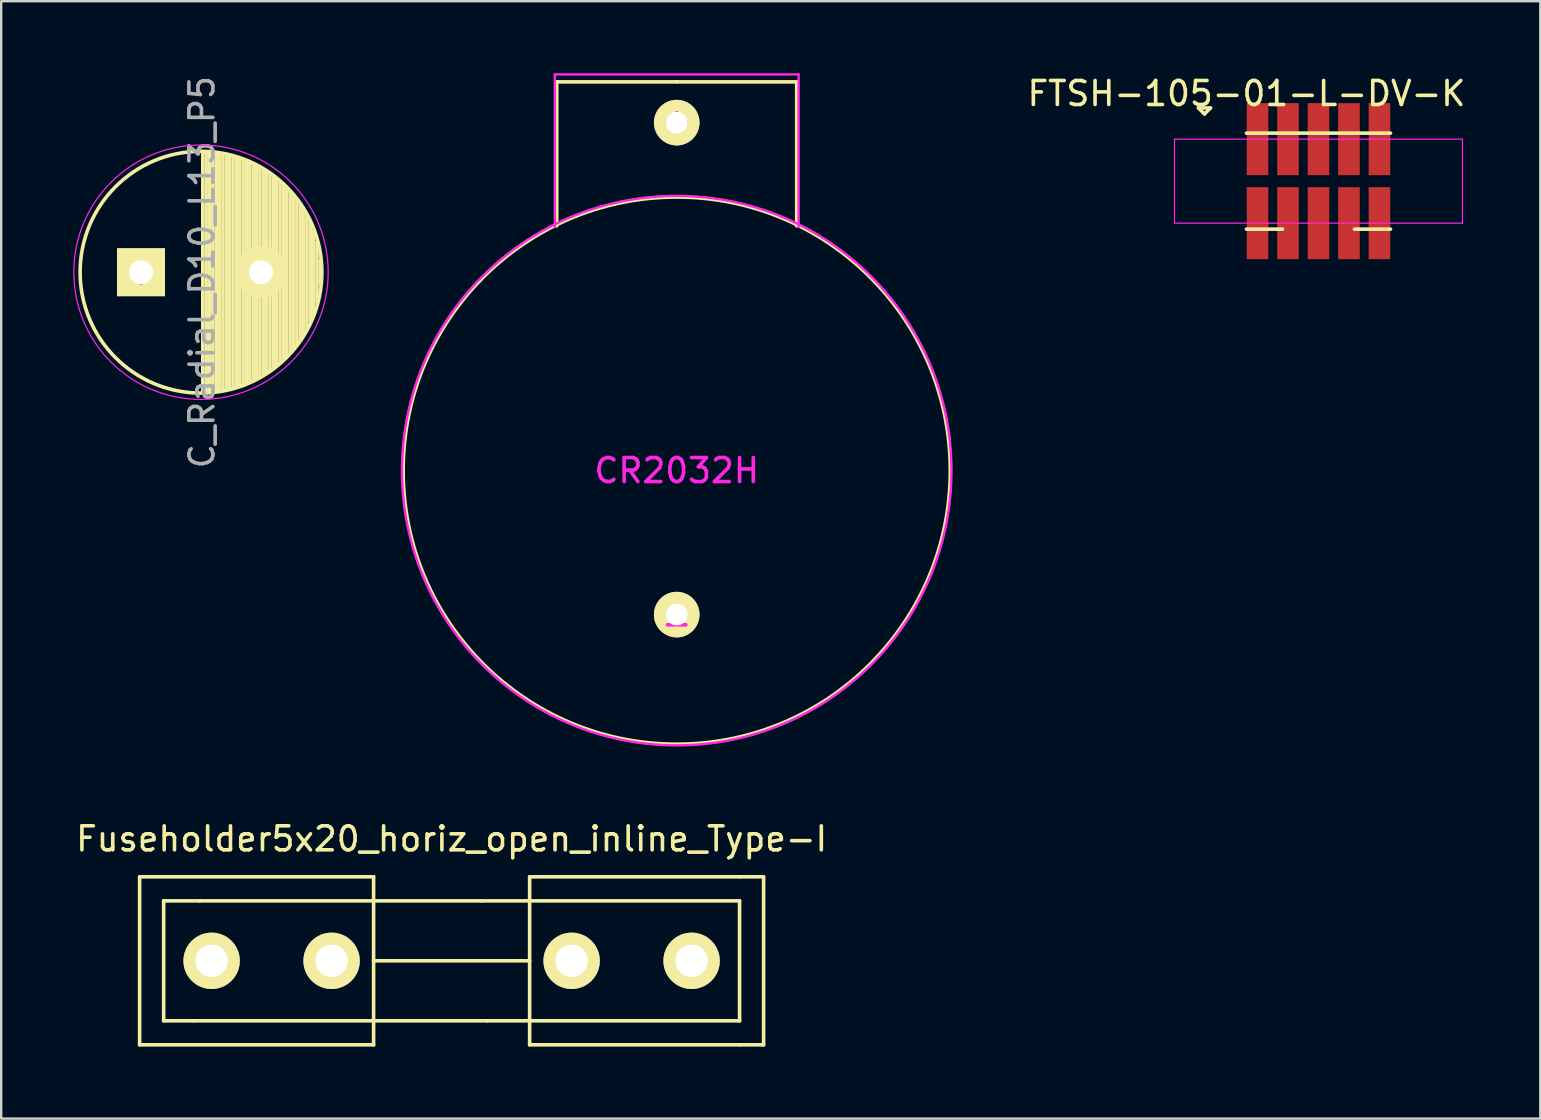
<source format=kicad_pcb>
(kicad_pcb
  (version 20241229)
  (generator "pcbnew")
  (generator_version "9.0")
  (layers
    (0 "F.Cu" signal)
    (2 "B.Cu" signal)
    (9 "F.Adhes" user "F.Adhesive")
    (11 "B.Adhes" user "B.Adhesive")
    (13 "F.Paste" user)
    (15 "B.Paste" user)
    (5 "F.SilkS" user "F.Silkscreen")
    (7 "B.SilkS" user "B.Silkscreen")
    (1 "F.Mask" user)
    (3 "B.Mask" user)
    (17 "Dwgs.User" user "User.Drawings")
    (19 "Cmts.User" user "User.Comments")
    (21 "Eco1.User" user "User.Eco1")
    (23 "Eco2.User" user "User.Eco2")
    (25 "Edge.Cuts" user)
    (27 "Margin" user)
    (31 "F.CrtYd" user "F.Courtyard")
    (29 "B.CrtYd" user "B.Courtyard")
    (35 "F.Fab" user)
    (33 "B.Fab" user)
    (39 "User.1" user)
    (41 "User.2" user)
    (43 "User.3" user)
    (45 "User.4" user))
  (footprint "C_Radial_D10_L13_P5"
    (layer "F.Cu")
    (at 2.825 8.292)
    (property "Reference" "C_Radial_D10_L13_P5" (at 2.54 0 90) (layer "F.Fab") (effects (font (size 1 1) (thickness 0.15))))
    (attr through_hole)
    (fp_line (start 2.575 -4.999) (end 2.575 4.999) (stroke (width 0.15) (type solid)) (layer "F.SilkS"))
    (fp_line (start 2.715 -4.995) (end 2.715 4.995) (stroke (width 0.15) (type solid)) (layer "F.SilkS"))
    (fp_line (start 2.855 -4.987) (end 2.855 4.987) (stroke (width 0.15) (type solid)) (layer "F.SilkS"))
    (fp_line (start 2.995 -4.975) (end 2.995 4.975) (stroke (width 0.15) (type solid)) (layer "F.SilkS"))
    (fp_line (start 3.135 -4.96) (end 3.135 4.96) (stroke (width 0.15) (type solid)) (layer "F.SilkS"))
    (fp_line (start 3.275 -4.94) (end 3.275 4.94) (stroke (width 0.15) (type solid)) (layer "F.SilkS"))
    (fp_line (start 3.415 -4.916) (end 3.415 4.916) (stroke (width 0.15) (type solid)) (layer "F.SilkS"))
    (fp_line (start 3.555 -4.887) (end 3.555 4.887) (stroke (width 0.15) (type solid)) (layer "F.SilkS"))
    (fp_line (start 3.695 -4.855) (end 3.695 4.855) (stroke (width 0.15) (type solid)) (layer "F.SilkS"))
    (fp_line (start 3.835 -4.818) (end 3.835 4.818) (stroke (width 0.15) (type solid)) (layer "F.SilkS"))
    (fp_line (start 3.975 -4.777) (end 3.975 4.777) (stroke (width 0.15) (type solid)) (layer "F.SilkS"))
    (fp_line (start 4.115 -4.732) (end 4.115 -0.466) (stroke (width 0.15) (type solid)) (layer "F.SilkS"))
    (fp_line (start 4.115 0.466) (end 4.115 4.732) (stroke (width 0.15) (type solid)) (layer "F.SilkS"))
    (fp_line (start 4.255 -4.682) (end 4.255 -0.667) (stroke (width 0.15) (type solid)) (layer "F.SilkS"))
    (fp_line (start 4.255 0.667) (end 4.255 4.682) (stroke (width 0.15) (type solid)) (layer "F.SilkS"))
    (fp_line (start 4.395 -4.627) (end 4.395 -0.796) (stroke (width 0.15) (type solid)) (layer "F.SilkS"))
    (fp_line (start 4.395 0.796) (end 4.395 4.627) (stroke (width 0.15) (type solid)) (layer "F.SilkS"))
    (fp_line (start 4.535 -4.567) (end 4.535 -0.885) (stroke (width 0.15) (type solid)) (layer "F.SilkS"))
    (fp_line (start 4.535 0.885) (end 4.535 4.567) (stroke (width 0.15) (type solid)) (layer "F.SilkS"))
    (fp_line (start 4.675 -4.502) (end 4.675 -0.946) (stroke (width 0.15) (type solid)) (layer "F.SilkS"))
    (fp_line (start 4.675 0.946) (end 4.675 4.502) (stroke (width 0.15) (type solid)) (layer "F.SilkS"))
    (fp_line (start 4.815 -4.432) (end 4.815 -0.983) (stroke (width 0.15) (type solid)) (layer "F.SilkS"))
    (fp_line (start 4.815 0.983) (end 4.815 4.432) (stroke (width 0.15) (type solid)) (layer "F.SilkS"))
    (fp_line (start 4.955 -4.356) (end 4.955 -0.999) (stroke (width 0.15) (type solid)) (layer "F.SilkS"))
    (fp_line (start 4.955 0.999) (end 4.955 4.356) (stroke (width 0.15) (type solid)) (layer "F.SilkS"))
    (fp_line (start 5.095 -4.274) (end 5.095 -0.995) (stroke (width 0.15) (type solid)) (layer "F.SilkS"))
    (fp_line (start 5.095 0.995) (end 5.095 4.274) (stroke (width 0.15) (type solid)) (layer "F.SilkS"))
    (fp_line (start 5.235 -4.186) (end 5.235 -0.972) (stroke (width 0.15) (type solid)) (layer "F.SilkS"))
    (fp_line (start 5.235 0.972) (end 5.235 4.186) (stroke (width 0.15) (type solid)) (layer "F.SilkS"))
    (fp_line (start 5.375 -4.091) (end 5.375 -0.927) (stroke (width 0.15) (type solid)) (layer "F.SilkS"))
    (fp_line (start 5.375 0.927) (end 5.375 4.091) (stroke (width 0.15) (type solid)) (layer "F.SilkS"))
    (fp_line (start 5.515 -3.989) (end 5.515 -0.857) (stroke (width 0.15) (type solid)) (layer "F.SilkS"))
    (fp_line (start 5.515 0.857) (end 5.515 3.989) (stroke (width 0.15) (type solid)) (layer "F.SilkS"))
    (fp_line (start 5.655 -3.879) (end 5.655 -0.756) (stroke (width 0.15) (type solid)) (layer "F.SilkS"))
    (fp_line (start 5.655 0.756) (end 5.655 3.879) (stroke (width 0.15) (type solid)) (layer "F.SilkS"))
    (fp_line (start 5.795 -3.761) (end 5.795 -0.607) (stroke (width 0.15) (type solid)) (layer "F.SilkS"))
    (fp_line (start 5.795 0.607) (end 5.795 3.761) (stroke (width 0.15) (type solid)) (layer "F.SilkS"))
    (fp_line (start 5.935 -3.633) (end 5.935 -0.355) (stroke (width 0.15) (type solid)) (layer "F.SilkS"))
    (fp_line (start 5.935 0.355) (end 5.935 3.633) (stroke (width 0.15) (type solid)) (layer "F.SilkS"))
    (fp_line (start 6.075 -3.496) (end 6.075 3.496) (stroke (width 0.15) (type solid)) (layer "F.SilkS"))
    (fp_line (start 6.215 -3.346) (end 6.215 3.346) (stroke (width 0.15) (type solid)) (layer "F.SilkS"))
    (fp_line (start 6.355 -3.184) (end 6.355 3.184) (stroke (width 0.15) (type solid)) (layer "F.SilkS"))
    (fp_line (start 6.495 -3.007) (end 6.495 3.007) (stroke (width 0.15) (type solid)) (layer "F.SilkS"))
    (fp_line (start 6.635 -2.811) (end 6.635 2.811) (stroke (width 0.15) (type solid)) (layer "F.SilkS"))
    (fp_line (start 6.775 -2.593) (end 6.775 2.593) (stroke (width 0.15) (type solid)) (layer "F.SilkS"))
    (fp_line (start 6.915 -2.347) (end 6.915 2.347) (stroke (width 0.15) (type solid)) (layer "F.SilkS"))
    (fp_line (start 7.055 -2.062) (end 7.055 2.062) (stroke (width 0.15) (type solid)) (layer "F.SilkS"))
    (fp_line (start 7.195 -1.72) (end 7.195 1.72) (stroke (width 0.15) (type solid)) (layer "F.SilkS"))
    (fp_line (start 7.335 -1.274) (end 7.335 1.274) (stroke (width 0.15) (type solid)) (layer "F.SilkS"))
    (fp_line (start 7.475 -0.499) (end 7.475 0.499) (stroke (width 0.15) (type solid)) (layer "F.SilkS"))
    (fp_circle (center 2.5 0) (end 2.5 -5.037) (stroke (width 0.15) (type solid)) (fill no) (layer "F.SilkS"))
    (fp_circle (center 5 0) (end 5 -1) (stroke (width 0.15) (type solid)) (fill no) (layer "F.SilkS"))
    (fp_circle (center 2.5 0) (end 2.5 -5.3) (stroke (width 0.05) (type solid)) (fill no) (layer "F.CrtYd"))
    (fp_text user "+" (at 0 0 0) (layer "F.CrtYd") (effects (font (size 1 1) (thickness 0.15))))
    (pad "1" thru_hole rect (at 0 0) (size 2 2) (drill 1) (layers "*.Cu" "*.Mask" "F.SilkS"))
    (pad "2" thru_hole circle (at 5 0) (size 2 2) (drill 1) (layers "*.Cu" "*.Mask" "F.SilkS")))
  (footprint "CR2032H"
    (layer "F.Cu")
    (at 25.148 16.56)
    (property "Reference" "CR2032H" (at 0 0 0) (layer "F.CrtYd") (effects (font (size 1 1) (thickness 0.15))))
    (attr through_hole)
    (fp_line (start -5 -16.2) (end -5 -10.2) (stroke (width 0.15) (type solid)) (layer "F.SilkS"))
    (fp_line (start 0 -16.2) (end -5 -16.2) (stroke (width 0.15) (type solid)) (layer "F.SilkS"))
    (fp_line (start 0 -16.2) (end 5 -16.2) (stroke (width 0.15) (type solid)) (layer "F.SilkS"))
    (fp_line (start 5 -16.2) (end 5 -10.2) (stroke (width 0.15) (type solid)) (layer "F.SilkS"))
    (fp_circle (center 0 0) (end 11.4 0) (stroke (width 0.15) (type solid)) (fill no) (layer "F.SilkS"))
    (fp_line (start -5.08 -16.51) (end 5.08 -16.51) (stroke (width 0.1) (type solid)) (layer "F.CrtYd"))
    (fp_line (start -5.08 -10.16) (end -5.08 -16.51) (stroke (width 0.1) (type solid)) (layer "F.CrtYd"))
    (fp_line (start 5.08 -16.51) (end 5.08 -10.16) (stroke (width 0.1) (type solid)) (layer "F.CrtYd"))
    (fp_circle (center 0 0) (end 11.43 0.635) (stroke (width 0.1) (type solid)) (fill no) (layer "F.CrtYd"))
    (fp_text user "-" (at 0 6.35 0) (layer "F.CrtYd") (effects (font (size 1 1) (thickness 0.15))))
    (fp_text user "+" (at 0 -14.605 0) (layer "F.CrtYd") (effects (font (size 1 1) (thickness 0.15))))
    (pad "1" thru_hole circle (at 0 -14.5) (size 1.9 1.9) (drill 0.9) (layers "*.Cu" "*.Mask" "F.SilkS"))
    (pad "2" thru_hole circle (at 0 6) (size 1.9 1.9) (drill 0.9) (layers "*.Cu" "*.Mask" "F.SilkS")))
  (footprint "Fuseholder5x20_horiz_open_inline_Type-I"
    (layer "F.Cu")
    (at 15.768 36.986)
    (property "Reference" "Fuseholder5x20_horiz_open_inline_Type-I" (at 0 -5.08 0) (layer "F.SilkS") (effects (font (size 1 1) (thickness 0.15))))
    (attr through_hole)
    (fp_line (start -13 -3.5) (end -13 3.5) (stroke (width 0.15) (type solid)) (layer "F.SilkS"))
    (fp_line (start -11.999 -2.499) (end -11.999 2.499) (stroke (width 0.15) (type solid)) (layer "F.SilkS"))
    (fp_line (start -10.749 2.499) (end -11.999 2.499) (stroke (width 0.15) (type solid)) (layer "F.SilkS"))
    (fp_line (start -10.5 -2.499) (end -11.999 -2.499) (stroke (width 0.15) (type solid)) (layer "F.SilkS"))
    (fp_line (start -3.251 -3.5) (end -13 -3.5) (stroke (width 0.15) (type solid)) (layer "F.SilkS"))
    (fp_line (start -3.251 -3.5) (end -3.251 3.5) (stroke (width 0.15) (type solid)) (layer "F.SilkS"))
    (fp_line (start -3.251 3.5) (end -13 3.5) (stroke (width 0.15) (type solid)) (layer "F.SilkS"))
    (fp_line (start 1.25 -2.499) (end -10.5 -2.499) (stroke (width 0.15) (type solid)) (layer "F.SilkS"))
    (fp_line (start 1.501 2.499) (end -10.749 2.499) (stroke (width 0.15) (type solid)) (layer "F.SilkS"))
    (fp_line (start 3.251 -3.5) (end 3.251 3.5) (stroke (width 0.15) (type solid)) (layer "F.SilkS"))
    (fp_line (start 3.251 0) (end -3.251 0) (stroke (width 0.15) (type solid)) (layer "F.SilkS"))
    (fp_line (start 11.999 -3.5) (end 3.251 -3.5) (stroke (width 0.15) (type solid)) (layer "F.SilkS"))
    (fp_line (start 11.999 -2.499) (end 1.25 -2.499) (stroke (width 0.15) (type solid)) (layer "F.SilkS"))
    (fp_line (start 11.999 -2.499) (end 11.999 2.499) (stroke (width 0.15) (type solid)) (layer "F.SilkS"))
    (fp_line (start 11.999 2.499) (end 1.501 2.499) (stroke (width 0.15) (type solid)) (layer "F.SilkS"))
    (fp_line (start 11.999 3.5) (end 3.251 3.5) (stroke (width 0.15) (type solid)) (layer "F.SilkS"))
    (fp_line (start 13 -3.5) (end 11.999 -3.5) (stroke (width 0.15) (type solid)) (layer "F.SilkS"))
    (fp_line (start 13 -3.5) (end 13 3.5) (stroke (width 0.15) (type solid)) (layer "F.SilkS"))
    (fp_line (start 13 3.5) (end 11.999 3.5) (stroke (width 0.15) (type solid)) (layer "F.SilkS"))
    (pad "1" thru_hole circle (at -10 0) (size 2.349 2.349) (drill 1.349) (layers "*.Cu" "*.Mask" "F.SilkS"))
    (pad "1" thru_hole circle (at -5.001 0) (size 2.349 2.349) (drill 1.349) (layers "*.Cu" "*.Mask" "F.SilkS"))
    (pad "2" thru_hole circle (at 5.001 0) (size 2.349 2.349) (drill 1.349) (layers "*.Cu" "*.Mask" "F.SilkS"))
    (pad "2" thru_hole circle (at 10 0) (size 2.349 2.349) (drill 1.349) (layers "*.Cu" "*.Mask" "F.SilkS")))
  (footprint "FTSH-105-01-L-DV-K"
    (layer "F.Cu")
    (at 51.889 4.498)
    (property "Reference" "FTSH-105-01-L-DV-K" (at -3 -3.65 0) (layer "F.SilkS") (effects (font (size 1 1) (thickness 0.15))))
    (attr smd)
    (fp_line (start -5 -3.05) (end -4.75 -2.8) (stroke (width 0.15) (type solid)) (layer "F.SilkS"))
    (fp_line (start -4.75 -2.8) (end -4.5 -3.05) (stroke (width 0.15) (type solid)) (layer "F.SilkS"))
    (fp_line (start -4.5 -3.05) (end -5 -3.05) (stroke (width 0.15) (type solid)) (layer "F.SilkS"))
    (fp_line (start -3 -2) (end 3 -2) (stroke (width 0.15) (type solid)) (layer "F.SilkS"))
    (fp_line (start -3 2) (end -1.5 2) (stroke (width 0.15) (type solid)) (layer "F.SilkS"))
    (fp_line (start 1.5 2) (end 3 2) (stroke (width 0.15) (type solid)) (layer "F.SilkS"))
    (fp_line (start -6 -1.75) (end 6 -1.75) (stroke (width 0.05) (type solid)) (layer "F.CrtYd"))
    (fp_line (start -6 1.75) (end -6 -1.75) (stroke (width 0.05) (type solid)) (layer "F.CrtYd"))
    (fp_line (start -6 1.75) (end 6 1.75) (stroke (width 0.05) (type solid)) (layer "F.CrtYd"))
    (fp_line (start 6 1.75) (end 6 -1.75) (stroke (width 0.05) (type solid)) (layer "F.CrtYd"))
    (pad "1" smd rect (at -2.54 1.75) (size 0.9 3) (layers "F.Cu" "F.Mask" "F.Paste"))
    (pad "2" smd rect (at -2.54 -1.75) (size 0.9 3) (layers "F.Cu" "F.Mask" "F.Paste"))
    (pad "3" smd rect (at -1.27 1.75) (size 0.9 3) (layers "F.Cu" "F.Mask" "F.Paste"))
    (pad "4" smd rect (at -1.27 -1.75) (size 0.9 3) (layers "F.Cu" "F.Mask" "F.Paste"))
    (pad "5" smd rect (at 0 1.75) (size 0.9 3) (layers "F.Cu" "F.Mask" "F.Paste"))
    (pad "6" smd rect (at 0 -1.75) (size 0.9 3) (layers "F.Cu" "F.Mask" "F.Paste"))
    (pad "7" smd rect (at 1.27 1.75) (size 0.9 3) (layers "F.Cu" "F.Mask" "F.Paste"))
    (pad "8" smd rect (at 1.27 -1.75) (size 0.9 3) (layers "F.Cu" "F.Mask" "F.Paste"))
    (pad "9" smd rect (at 2.54 1.75) (size 0.9 3) (layers "F.Cu" "F.Mask" "F.Paste"))
    (pad "10" smd rect (at 2.54 -1.75) (size 0.9 3) (layers "F.Cu" "F.Mask" "F.Paste")))
  (gr_rect
    (start -3 -3)
    (end 61.133 43.561)
    (stroke (width 0.1) (type default))
    (fill no)
    (layer "Edge.Cuts")))
</source>
